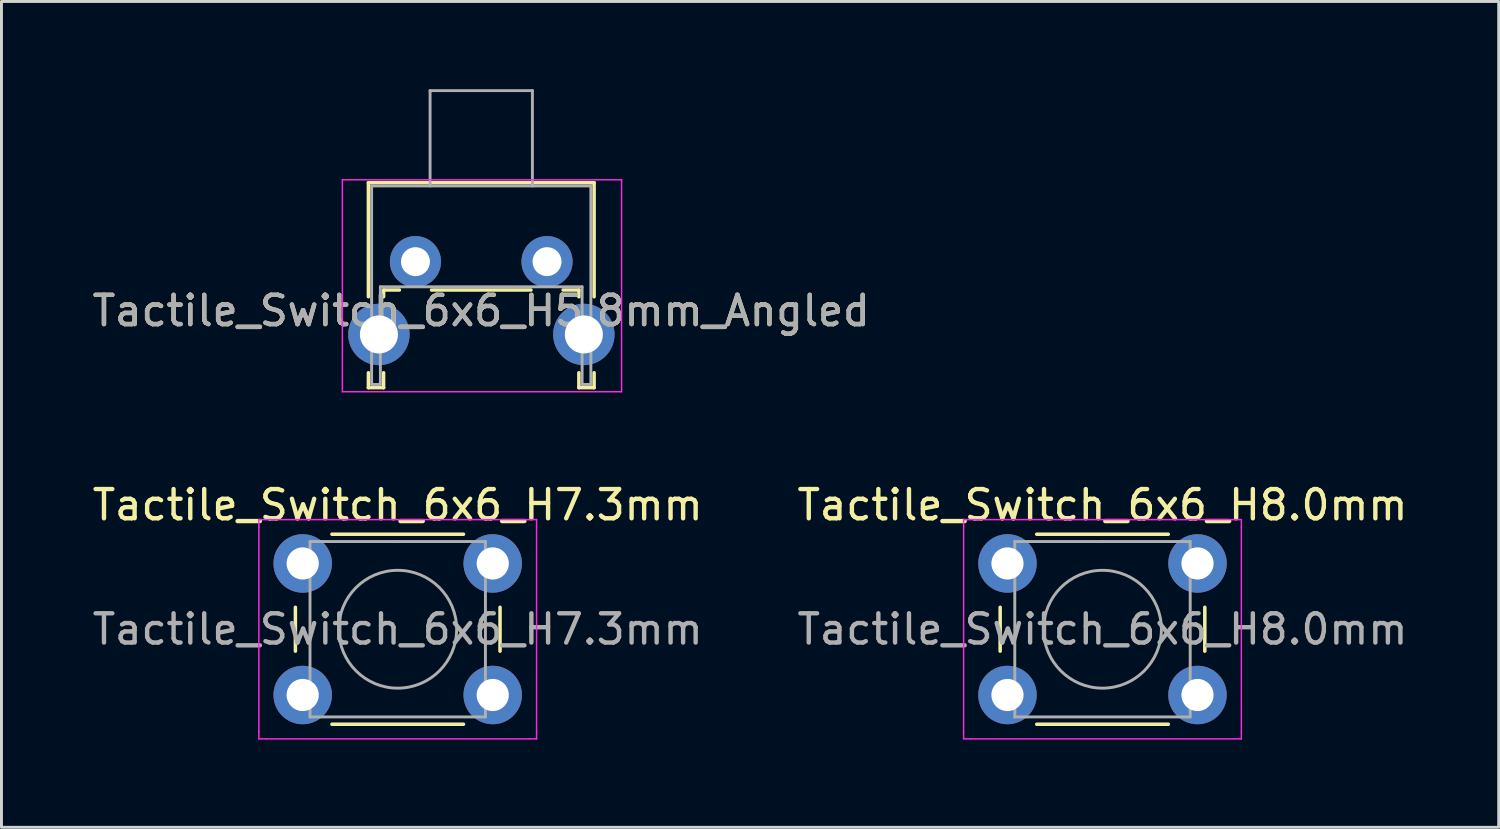
<source format=kicad_pcb>
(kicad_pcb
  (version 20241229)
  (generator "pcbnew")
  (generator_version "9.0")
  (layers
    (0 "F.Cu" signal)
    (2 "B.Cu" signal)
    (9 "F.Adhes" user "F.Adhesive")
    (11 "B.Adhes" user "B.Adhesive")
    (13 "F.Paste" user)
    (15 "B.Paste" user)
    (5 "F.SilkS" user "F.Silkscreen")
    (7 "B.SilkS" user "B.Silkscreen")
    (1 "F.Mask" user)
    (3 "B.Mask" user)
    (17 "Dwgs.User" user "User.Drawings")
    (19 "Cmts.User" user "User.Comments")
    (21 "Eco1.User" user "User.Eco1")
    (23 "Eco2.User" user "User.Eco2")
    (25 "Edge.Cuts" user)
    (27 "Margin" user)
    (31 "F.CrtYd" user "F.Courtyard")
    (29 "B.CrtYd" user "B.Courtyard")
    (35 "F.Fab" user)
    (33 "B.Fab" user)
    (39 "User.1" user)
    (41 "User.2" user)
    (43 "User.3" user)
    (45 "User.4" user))
  (footprint "Tactile_Switch_6x6_H8.0mm"
    (layer "F.Cu")
    (at 31.411 16.223)
    (property "Reference" "Tactile_Switch_6x6_H8.0mm" (at 3.25 -2 0) (layer "F.SilkS") (effects (font (size 1 1) (thickness 0.15))))
    (attr through_hole)
    (fp_line (start -0.25 1.5) (end -0.25 3) (stroke (width 0.12) (type solid)) (layer "F.SilkS"))
    (fp_line (start 1 5.5) (end 5.5 5.5) (stroke (width 0.12) (type solid)) (layer "F.SilkS"))
    (fp_line (start 5.5 -1) (end 1 -1) (stroke (width 0.12) (type solid)) (layer "F.SilkS"))
    (fp_line (start 6.75 3) (end 6.75 1.5) (stroke (width 0.12) (type solid)) (layer "F.SilkS"))
    (fp_line (start -1.5 -1.5) (end -1.25 -1.5) (stroke (width 0.05) (type solid)) (layer "F.CrtYd"))
    (fp_line (start -1.5 -1.25) (end -1.5 -1.5) (stroke (width 0.05) (type solid)) (layer "F.CrtYd"))
    (fp_line (start -1.5 5.75) (end -1.5 -1.25) (stroke (width 0.05) (type solid)) (layer "F.CrtYd"))
    (fp_line (start -1.5 5.75) (end -1.5 6) (stroke (width 0.05) (type solid)) (layer "F.CrtYd"))
    (fp_line (start -1.5 6) (end -1.25 6) (stroke (width 0.05) (type solid)) (layer "F.CrtYd"))
    (fp_line (start -1.25 -1.5) (end 7.75 -1.5) (stroke (width 0.05) (type solid)) (layer "F.CrtYd"))
    (fp_line (start 7.75 -1.5) (end 8 -1.5) (stroke (width 0.05) (type solid)) (layer "F.CrtYd"))
    (fp_line (start 7.75 6) (end -1.25 6) (stroke (width 0.05) (type solid)) (layer "F.CrtYd"))
    (fp_line (start 7.75 6) (end 8 6) (stroke (width 0.05) (type solid)) (layer "F.CrtYd"))
    (fp_line (start 8 -1.5) (end 8 -1.25) (stroke (width 0.05) (type solid)) (layer "F.CrtYd"))
    (fp_line (start 8 -1.25) (end 8 5.75) (stroke (width 0.05) (type solid)) (layer "F.CrtYd"))
    (fp_line (start 8 6) (end 8 5.75) (stroke (width 0.05) (type solid)) (layer "F.CrtYd"))
    (fp_line (start 0.25 -0.75) (end 3.25 -0.75) (stroke (width 0.1) (type solid)) (layer "F.Fab"))
    (fp_line (start 0.25 5.25) (end 0.25 -0.75) (stroke (width 0.1) (type solid)) (layer "F.Fab"))
    (fp_line (start 3.25 -0.75) (end 6.25 -0.75) (stroke (width 0.1) (type solid)) (layer "F.Fab"))
    (fp_line (start 6.25 -0.75) (end 6.25 5.25) (stroke (width 0.1) (type solid)) (layer "F.Fab"))
    (fp_line (start 6.25 5.25) (end 0.25 5.25) (stroke (width 0.1) (type solid)) (layer "F.Fab"))
    (fp_circle (center 3.25 2.25) (end 1.25 2.5) (stroke (width 0.1) (type solid)) (fill no) (layer "F.Fab"))
    (fp_text user "${REFERENCE}" (at 3.25 2.25 0) (layer "F.Fab") (effects (font (size 1 1) (thickness 0.15))))
    (pad "1" thru_hole circle (at 0 0 90) (size 2 2) (drill 1.1) (layers "*.Cu" "*.Mask"))
    (pad "1" thru_hole circle (at 6.5 0 90) (size 2 2) (drill 1.1) (layers "*.Cu" "*.Mask"))
    (pad "2" thru_hole circle (at 0 4.5 90) (size 2 2) (drill 1.1) (layers "*.Cu" "*.Mask"))
    (pad "2" thru_hole circle (at 6.5 4.5 90) (size 2 2) (drill 1.1) (layers "*.Cu" "*.Mask")))
  (footprint "Tactile_Switch_6x6_H5.8mm_Angled"
    (layer "F.Cu")
    (at 11.161 5.9)
    (property "Reference" "Tactile_Switch_6x6_H5.8mm_Angled" (at 2.25 1.68 0) (layer "F.SilkS") (effects (font (size 1 1) (thickness 0.15))))
    (attr through_hole)
    (fp_line (start -1.61 -2.7) (end -1.61 1.2) (stroke (width 0.12) (type solid)) (layer "F.SilkS"))
    (fp_line (start -1.61 -2.7) (end 6.11 -2.7) (stroke (width 0.12) (type solid)) (layer "F.SilkS"))
    (fp_line (start -1.61 3.8) (end -1.61 4.31) (stroke (width 0.12) (type solid)) (layer "F.SilkS"))
    (fp_line (start -1.61 4.31) (end -1.09 4.31) (stroke (width 0.12) (type solid)) (layer "F.SilkS"))
    (fp_line (start -1.09 0.97) (end -1.09 1.2) (stroke (width 0.12) (type solid)) (layer "F.SilkS"))
    (fp_line (start -1.09 0.97) (end -0.55 0.97) (stroke (width 0.12) (type solid)) (layer "F.SilkS"))
    (fp_line (start -1.09 3.8) (end -1.09 4.31) (stroke (width 0.12) (type solid)) (layer "F.SilkS"))
    (fp_line (start 0.55 0.97) (end 3.95 0.97) (stroke (width 0.12) (type solid)) (layer "F.SilkS"))
    (fp_line (start 5.05 0.97) (end 5.59 0.97) (stroke (width 0.12) (type solid)) (layer "F.SilkS"))
    (fp_line (start 5.59 0.97) (end 5.59 1.2) (stroke (width 0.12) (type solid)) (layer "F.SilkS"))
    (fp_line (start 5.59 3.8) (end 5.59 4.31) (stroke (width 0.12) (type solid)) (layer "F.SilkS"))
    (fp_line (start 5.59 4.31) (end 6.11 4.31) (stroke (width 0.12) (type solid)) (layer "F.SilkS"))
    (fp_line (start 6.11 -2.7) (end 6.11 1.2) (stroke (width 0.12) (type solid)) (layer "F.SilkS"))
    (fp_line (start 6.11 3.8) (end 6.11 4.31) (stroke (width 0.12) (type solid)) (layer "F.SilkS"))
    (fp_line (start -2.5 -2.8) (end 7.05 -2.8) (stroke (width 0.05) (type solid)) (layer "F.CrtYd"))
    (fp_line (start -2.5 4.45) (end -2.5 -2.8) (stroke (width 0.05) (type solid)) (layer "F.CrtYd"))
    (fp_line (start 7.05 -2.8) (end 7.05 4.45) (stroke (width 0.05) (type solid)) (layer "F.CrtYd"))
    (fp_line (start 7.05 4.45) (end -2.5 4.45) (stroke (width 0.05) (type solid)) (layer "F.CrtYd"))
    (fp_line (start -1.5 -2.59) (end 6 -2.59) (stroke (width 0.1) (type solid)) (layer "F.Fab"))
    (fp_line (start -1.5 4.2) (end -1.5 -2.59) (stroke (width 0.1) (type solid)) (layer "F.Fab"))
    (fp_line (start -1.5 4.2) (end -1.2 4.2) (stroke (width 0.1) (type solid)) (layer "F.Fab"))
    (fp_line (start -1.2 0.86) (end 5.7 0.86) (stroke (width 0.1) (type solid)) (layer "F.Fab"))
    (fp_line (start -1.2 4.2) (end -1.2 0.86) (stroke (width 0.1) (type solid)) (layer "F.Fab"))
    (fp_line (start 0.5 -5.85) (end 0.5 -2.59) (stroke (width 0.1) (type solid)) (layer "F.Fab"))
    (fp_line (start 0.5 -5.85) (end 4 -5.85) (stroke (width 0.1) (type solid)) (layer "F.Fab"))
    (fp_line (start 4 -5.85) (end 4 -2.59) (stroke (width 0.1) (type solid)) (layer "F.Fab"))
    (fp_line (start 5.7 4.2) (end 5.7 0.86) (stroke (width 0.1) (type solid)) (layer "F.Fab"))
    (fp_line (start 5.7 4.2) (end 6 4.2) (stroke (width 0.1) (type solid)) (layer "F.Fab"))
    (fp_line (start 6 4.2) (end 6 -2.59) (stroke (width 0.1) (type solid)) (layer "F.Fab"))
    (fp_text user "${REFERENCE}" (at 2.25 1.68 0) (layer "F.Fab") (effects (font (size 1 1) (thickness 0.15))))
    (pad "" thru_hole circle (at -1.25 2.49) (size 2.1 2.1) (drill 1.3) (layers "*.Cu" "*.Mask"))
    (pad "" thru_hole circle (at 5.76 2.49) (size 2.1 2.1) (drill 1.3) (layers "*.Cu" "*.Mask"))
    (pad "1" thru_hole circle (at 0 0) (size 1.75 1.75) (drill 0.99) (layers "*.Cu" "*.Mask"))
    (pad "2" thru_hole circle (at 4.5 0) (size 1.75 1.75) (drill 0.99) (layers "*.Cu" "*.Mask")))
  (footprint "Tactile_Switch_6x6_H7.3mm"
    (layer "F.Cu")
    (at 7.304 16.223)
    (property "Reference" "Tactile_Switch_6x6_H7.3mm" (at 3.25 -2 0) (layer "F.SilkS") (effects (font (size 1 1) (thickness 0.15))))
    (attr through_hole)
    (fp_line (start -0.25 1.5) (end -0.25 3) (stroke (width 0.12) (type solid)) (layer "F.SilkS"))
    (fp_line (start 1 5.5) (end 5.5 5.5) (stroke (width 0.12) (type solid)) (layer "F.SilkS"))
    (fp_line (start 5.5 -1) (end 1 -1) (stroke (width 0.12) (type solid)) (layer "F.SilkS"))
    (fp_line (start 6.75 3) (end 6.75 1.5) (stroke (width 0.12) (type solid)) (layer "F.SilkS"))
    (fp_line (start -1.5 -1.5) (end -1.25 -1.5) (stroke (width 0.05) (type solid)) (layer "F.CrtYd"))
    (fp_line (start -1.5 -1.25) (end -1.5 -1.5) (stroke (width 0.05) (type solid)) (layer "F.CrtYd"))
    (fp_line (start -1.5 5.75) (end -1.5 -1.25) (stroke (width 0.05) (type solid)) (layer "F.CrtYd"))
    (fp_line (start -1.5 5.75) (end -1.5 6) (stroke (width 0.05) (type solid)) (layer "F.CrtYd"))
    (fp_line (start -1.5 6) (end -1.25 6) (stroke (width 0.05) (type solid)) (layer "F.CrtYd"))
    (fp_line (start -1.25 -1.5) (end 7.75 -1.5) (stroke (width 0.05) (type solid)) (layer "F.CrtYd"))
    (fp_line (start 7.75 -1.5) (end 8 -1.5) (stroke (width 0.05) (type solid)) (layer "F.CrtYd"))
    (fp_line (start 7.75 6) (end -1.25 6) (stroke (width 0.05) (type solid)) (layer "F.CrtYd"))
    (fp_line (start 7.75 6) (end 8 6) (stroke (width 0.05) (type solid)) (layer "F.CrtYd"))
    (fp_line (start 8 -1.5) (end 8 -1.25) (stroke (width 0.05) (type solid)) (layer "F.CrtYd"))
    (fp_line (start 8 -1.25) (end 8 5.75) (stroke (width 0.05) (type solid)) (layer "F.CrtYd"))
    (fp_line (start 8 6) (end 8 5.75) (stroke (width 0.05) (type solid)) (layer "F.CrtYd"))
    (fp_line (start 0.25 -0.75) (end 3.25 -0.75) (stroke (width 0.1) (type solid)) (layer "F.Fab"))
    (fp_line (start 0.25 5.25) (end 0.25 -0.75) (stroke (width 0.1) (type solid)) (layer "F.Fab"))
    (fp_line (start 3.25 -0.75) (end 6.25 -0.75) (stroke (width 0.1) (type solid)) (layer "F.Fab"))
    (fp_line (start 6.25 -0.75) (end 6.25 5.25) (stroke (width 0.1) (type solid)) (layer "F.Fab"))
    (fp_line (start 6.25 5.25) (end 0.25 5.25) (stroke (width 0.1) (type solid)) (layer "F.Fab"))
    (fp_circle (center 3.25 2.25) (end 1.25 2.5) (stroke (width 0.1) (type solid)) (fill no) (layer "F.Fab"))
    (fp_text user "${REFERENCE}" (at 3.25 2.25 0) (layer "F.Fab") (effects (font (size 1 1) (thickness 0.15))))
    (pad "1" thru_hole circle (at 0 0 90) (size 2 2) (drill 1.1) (layers "*.Cu" "*.Mask"))
    (pad "1" thru_hole circle (at 6.5 0 90) (size 2 2) (drill 1.1) (layers "*.Cu" "*.Mask"))
    (pad "2" thru_hole circle (at 0 4.5 90) (size 2 2) (drill 1.1) (layers "*.Cu" "*.Mask"))
    (pad "2" thru_hole circle (at 6.5 4.5 90) (size 2 2) (drill 1.1) (layers "*.Cu" "*.Mask")))
  (gr_rect
    (start -3 -3)
    (end 48.214 25.248)
    (stroke (width 0.1) (type default))
    (fill no)
    (layer "Edge.Cuts")))
</source>
